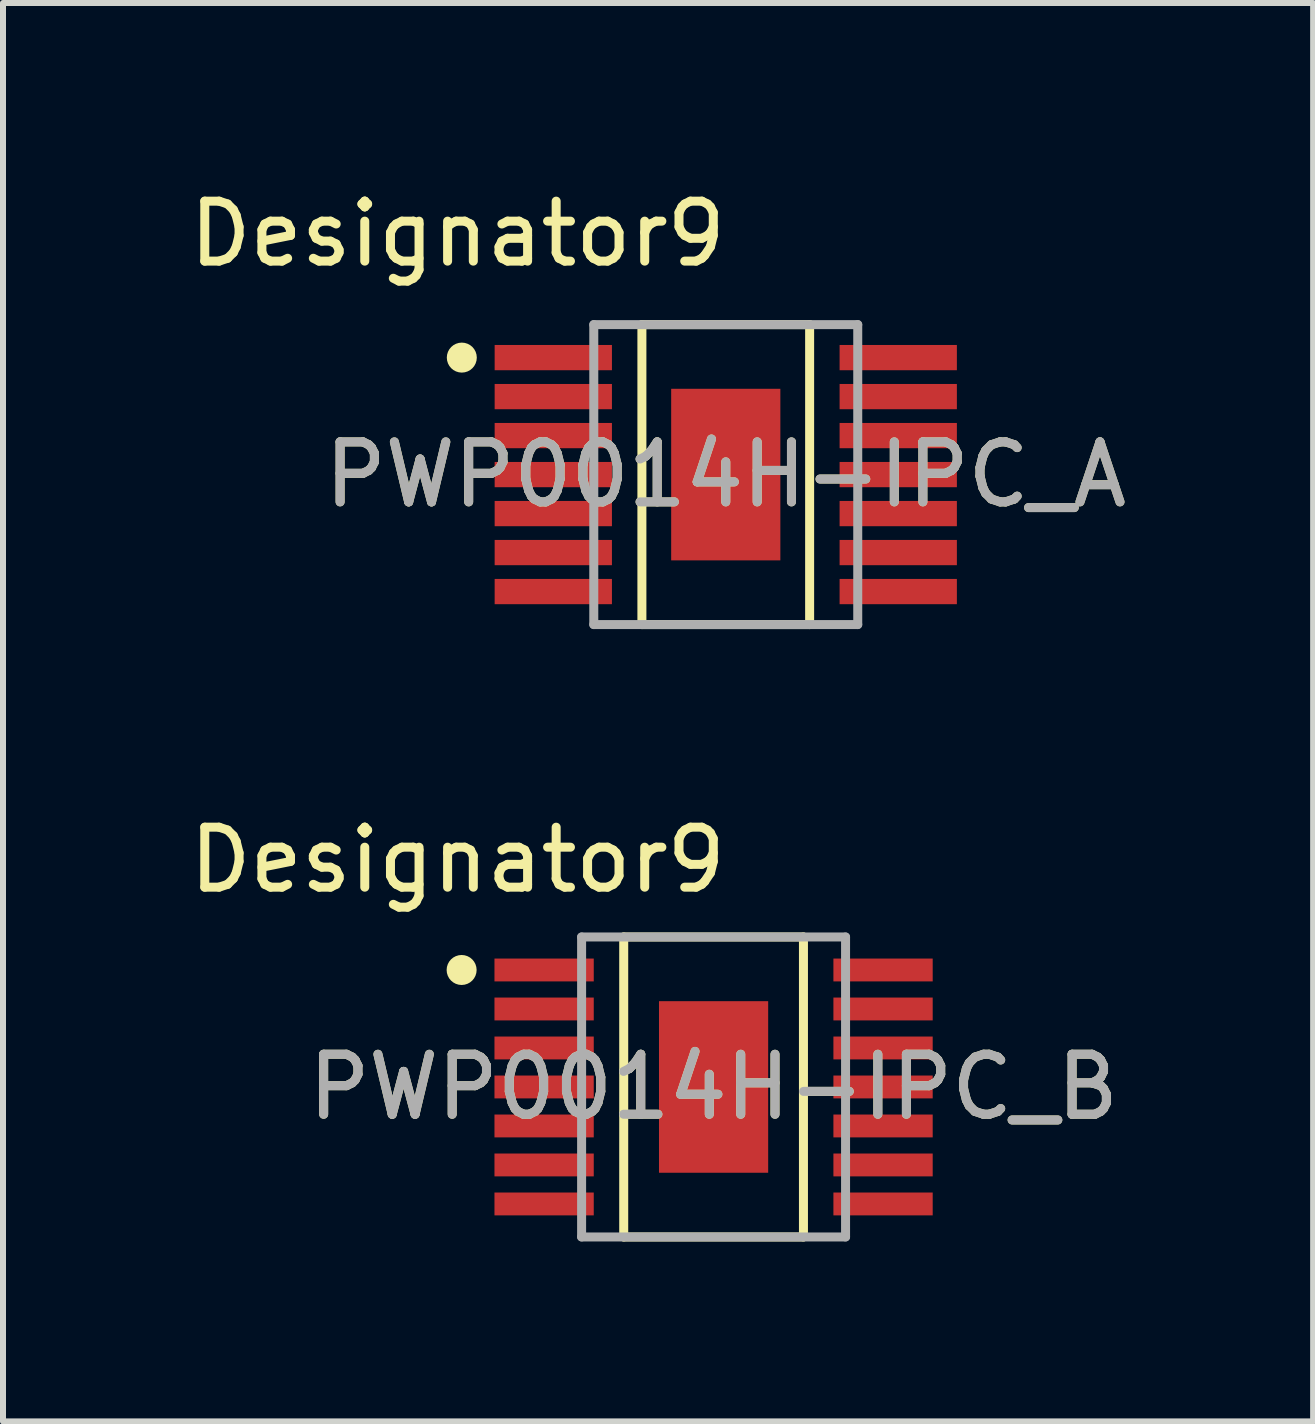
<source format=kicad_pcb>
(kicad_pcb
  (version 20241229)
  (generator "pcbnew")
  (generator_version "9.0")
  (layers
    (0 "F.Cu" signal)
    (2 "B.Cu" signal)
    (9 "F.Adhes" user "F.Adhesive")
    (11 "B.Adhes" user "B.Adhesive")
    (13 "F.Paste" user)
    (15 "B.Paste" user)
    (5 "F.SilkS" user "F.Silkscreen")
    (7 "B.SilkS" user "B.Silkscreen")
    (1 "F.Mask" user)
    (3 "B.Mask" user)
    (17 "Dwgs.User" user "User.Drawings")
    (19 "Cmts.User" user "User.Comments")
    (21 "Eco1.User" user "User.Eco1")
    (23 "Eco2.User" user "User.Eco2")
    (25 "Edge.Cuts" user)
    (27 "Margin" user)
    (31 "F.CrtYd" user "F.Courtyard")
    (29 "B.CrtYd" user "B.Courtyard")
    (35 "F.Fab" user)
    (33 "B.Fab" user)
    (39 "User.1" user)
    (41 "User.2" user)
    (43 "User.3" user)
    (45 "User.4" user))
  (footprint "PWP0014H-IPC_B"
    (layer "F.Cu")
    (at 8.845 15.069)
    (property "Reference" "PWP0014H-IPC_B" (at 0 0 0) (unlocked yes) (layer "F.SilkS") (effects (font (size 1 1) (thickness 0.15))))
    (attr smd)
    (fp_line (start -1.498 -2.5) (end 1.498 -2.5) (stroke (width 0.15) (type solid)) (layer "F.SilkS"))
    (fp_line (start -1.498 2.5) (end -1.498 -2.5) (stroke (width 0.15) (type solid)) (layer "F.SilkS"))
    (fp_line (start -1.498 2.5) (end 1.498 2.5) (stroke (width 0.15) (type solid)) (layer "F.SilkS"))
    (fp_line (start 1.498 2.5) (end 1.498 -2.5) (stroke (width 0.15) (type solid)) (layer "F.SilkS"))
    (fp_circle (center -4.2 -1.95) (end -4.075 -1.95) (stroke (width 0.25) (type solid)) (fill no) (layer "F.SilkS"))
    (fp_poly (pts (xy -0.507 1.027) (xy 0.507 1.027) (xy 0.507 -1.027) (xy -0.507 -1.027)) (stroke (width 0) (type solid)) (fill yes) (layer "F.Paste"))
    (fp_line (start -2.2 -2.5) (end 2.2 -2.5) (stroke (width 0.15) (type solid)) (layer "F.Fab"))
    (fp_line (start -2.2 2.5) (end -2.2 -2.5) (stroke (width 0.15) (type solid)) (layer "F.Fab"))
    (fp_line (start -2.2 2.5) (end 2.2 2.5) (stroke (width 0.15) (type solid)) (layer "F.Fab"))
    (fp_line (start 2.2 2.5) (end 2.2 -2.5) (stroke (width 0.15) (type solid)) (layer "F.Fab"))
    (fp_text user "Designator9" (at -4.267 -3.785 0) (unlocked yes) (layer "F.SilkS") (effects (font (size 1 1) (thickness 0.15))))
    (fp_text user "${REFERENCE}" (at 0 0 0) (unlocked yes) (layer "F.Fab") (effects (font (size 1 1) (thickness 0.15))))
    (pad "1" smd rect (at -2.825 -1.95) (size 1.655 0.381) (layers "F.Cu" "F.Mask" "F.Paste"))
    (pad "2" smd rect (at -2.825 -1.3) (size 1.655 0.381) (layers "F.Cu" "F.Mask" "F.Paste"))
    (pad "3" smd rect (at -2.825 -0.65) (size 1.655 0.381) (layers "F.Cu" "F.Mask" "F.Paste"))
    (pad "4" smd rect (at -2.825 0) (size 1.655 0.381) (layers "F.Cu" "F.Mask" "F.Paste"))
    (pad "5" smd rect (at -2.825 0.65) (size 1.655 0.381) (layers "F.Cu" "F.Mask" "F.Paste"))
    (pad "6" smd rect (at -2.825 1.3) (size 1.655 0.381) (layers "F.Cu" "F.Mask" "F.Paste"))
    (pad "7" smd rect (at -2.825 1.95) (size 1.655 0.381) (layers "F.Cu" "F.Mask" "F.Paste"))
    (pad "8" smd rect (at 2.825 1.95) (size 1.655 0.381) (layers "F.Cu" "F.Mask" "F.Paste"))
    (pad "9" smd rect (at 2.825 1.3) (size 1.655 0.381) (layers "F.Cu" "F.Mask" "F.Paste"))
    (pad "10" smd rect (at 2.825 0.65) (size 1.655 0.381) (layers "F.Cu" "F.Mask" "F.Paste"))
    (pad "11" smd rect (at 2.825 0) (size 1.655 0.381) (layers "F.Cu" "F.Mask" "F.Paste"))
    (pad "12" smd rect (at 2.825 -0.65) (size 1.655 0.381) (layers "F.Cu" "F.Mask" "F.Paste"))
    (pad "13" smd rect (at 2.825 -1.3) (size 1.655 0.381) (layers "F.Cu" "F.Mask" "F.Paste"))
    (pad "14" smd rect (at 2.825 -1.95) (size 1.655 0.381) (layers "F.Cu" "F.Mask" "F.Paste"))
    (pad "15" smd rect (at 0 0) (size 1.82 2.86) (layers "F.Cu" "F.Mask")))
  (footprint "PWP0014H-IPC_A"
    (layer "F.Cu")
    (at 9.048 4.861)
    (property "Reference" "PWP0014H-IPC_A" (at 0 0 0) (unlocked yes) (layer "F.SilkS") (effects (font (size 1 1) (thickness 0.15))))
    (attr smd)
    (fp_line (start -1.398 -2.5) (end 1.398 -2.5) (stroke (width 0.15) (type solid)) (layer "F.SilkS"))
    (fp_line (start -1.398 2.5) (end -1.398 -2.5) (stroke (width 0.15) (type solid)) (layer "F.SilkS"))
    (fp_line (start -1.398 2.5) (end 1.398 2.5) (stroke (width 0.15) (type solid)) (layer "F.SilkS"))
    (fp_line (start 1.398 2.5) (end 1.398 -2.5) (stroke (width 0.15) (type solid)) (layer "F.SilkS"))
    (fp_circle (center -4.4 -1.95) (end -4.275 -1.95) (stroke (width 0.25) (type solid)) (fill no) (layer "F.SilkS"))
    (fp_poly (pts (xy -0.507 1.027) (xy 0.507 1.027) (xy 0.507 -1.027) (xy -0.507 -1.027)) (stroke (width 0) (type solid)) (fill yes) (layer "F.Paste"))
    (fp_line (start -2.2 -2.5) (end 2.2 -2.5) (stroke (width 0.15) (type solid)) (layer "F.Fab"))
    (fp_line (start -2.2 2.5) (end -2.2 -2.5) (stroke (width 0.15) (type solid)) (layer "F.Fab"))
    (fp_line (start -2.2 2.5) (end 2.2 2.5) (stroke (width 0.15) (type solid)) (layer "F.Fab"))
    (fp_line (start 2.2 2.5) (end 2.2 -2.5) (stroke (width 0.15) (type solid)) (layer "F.Fab"))
    (fp_text user "Designator9" (at -4.47 -4.013 0) (unlocked yes) (layer "F.SilkS") (effects (font (size 1 1) (thickness 0.15))))
    (fp_text user "${REFERENCE}" (at 0 0 0) (unlocked yes) (layer "F.Fab") (effects (font (size 1 1) (thickness 0.15))))
    (pad "1" smd rect (at -2.875 -1.95) (size 1.955 0.421) (layers "F.Cu" "F.Mask" "F.Paste"))
    (pad "2" smd rect (at -2.875 -1.3) (size 1.955 0.421) (layers "F.Cu" "F.Mask" "F.Paste"))
    (pad "3" smd rect (at -2.875 -0.65) (size 1.955 0.421) (layers "F.Cu" "F.Mask" "F.Paste"))
    (pad "4" smd rect (at -2.875 0) (size 1.955 0.421) (layers "F.Cu" "F.Mask" "F.Paste"))
    (pad "5" smd rect (at -2.875 0.65) (size 1.955 0.421) (layers "F.Cu" "F.Mask" "F.Paste"))
    (pad "6" smd rect (at -2.875 1.3) (size 1.955 0.421) (layers "F.Cu" "F.Mask" "F.Paste"))
    (pad "7" smd rect (at -2.875 1.95) (size 1.955 0.421) (layers "F.Cu" "F.Mask" "F.Paste"))
    (pad "8" smd rect (at 2.875 1.95) (size 1.955 0.421) (layers "F.Cu" "F.Mask" "F.Paste"))
    (pad "9" smd rect (at 2.875 1.3) (size 1.955 0.421) (layers "F.Cu" "F.Mask" "F.Paste"))
    (pad "10" smd rect (at 2.875 0.65) (size 1.955 0.421) (layers "F.Cu" "F.Mask" "F.Paste"))
    (pad "11" smd rect (at 2.875 0) (size 1.955 0.421) (layers "F.Cu" "F.Mask" "F.Paste"))
    (pad "12" smd rect (at 2.875 -0.65) (size 1.955 0.421) (layers "F.Cu" "F.Mask" "F.Paste"))
    (pad "13" smd rect (at 2.875 -1.3) (size 1.955 0.421) (layers "F.Cu" "F.Mask" "F.Paste"))
    (pad "14" smd rect (at 2.875 -1.95) (size 1.955 0.421) (layers "F.Cu" "F.Mask" "F.Paste"))
    (pad "15" smd rect (at 0 0) (size 1.82 2.86) (layers "F.Cu" "F.Mask")))
  (gr_rect
    (start -3 -3)
    (end 18.839 20.644)
    (stroke (width 0.1) (type default))
    (fill no)
    (layer "Edge.Cuts")))
</source>
